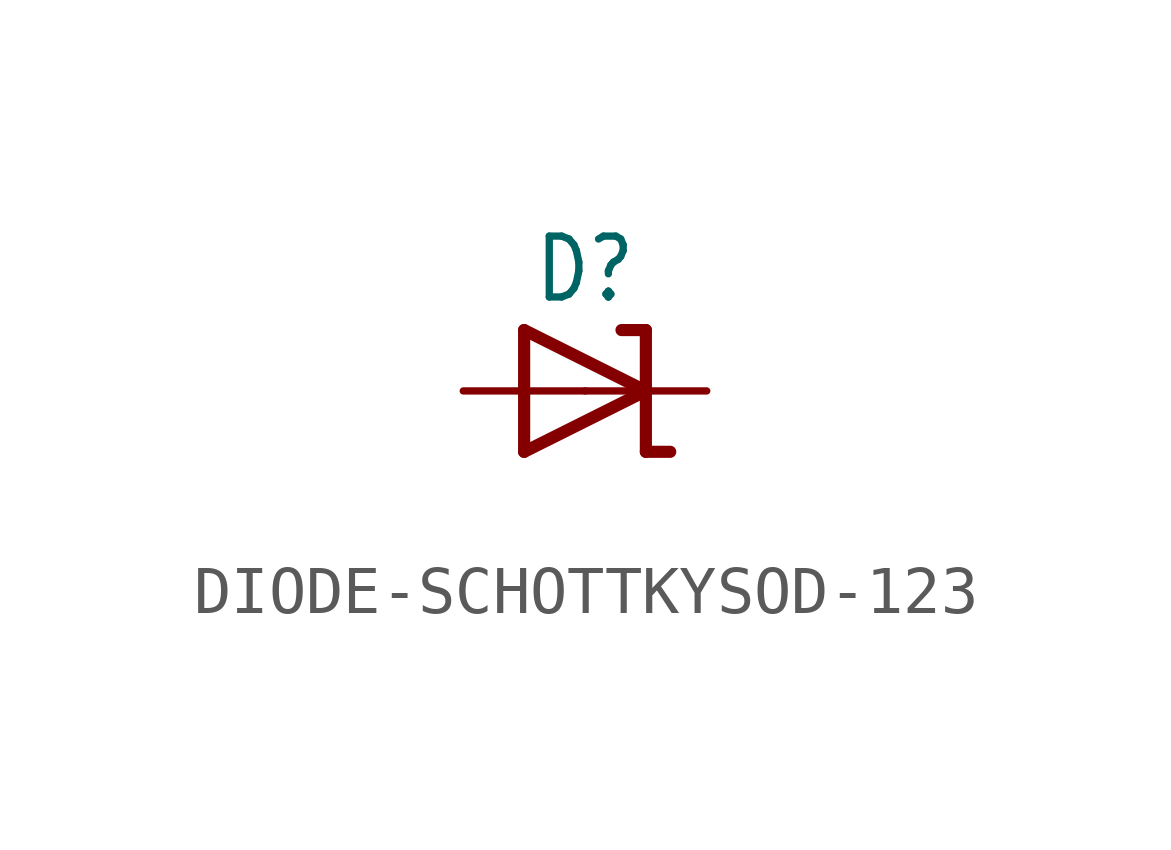
<source format=kicad_sym>
(kicad_symbol_lib
  (version 20231120)
  (generator "kicad_symbol_editor")
  (generator_version "8.0")
  (symbol "DIODE-SCHOTTKYSOD-123"
    (property "Reference" "D"
      (at 0 2.54 0)
      (effects (font (size 1.27 1.079))))
    (property "Value" ""
      (at 0 -2.5 0)
      (effects (font (size 1.27 1.079))))
    (property "ki_locked" ""
      (at 0 0 0)
      (effects (font (size 1.27 1.27))))
    (symbol "DIODE-SCHOTTKYSOD-123_1_0"
      (polyline (pts (xy -1.27 -1.27) (xy 1.27 0)) (stroke (width 0.254) (type solid)) (fill (type none)))
      (polyline (pts (xy -1.27 1.27) (xy -1.27 -1.27)) (stroke (width 0.254) (type solid)) (fill (type none)))
      (polyline (pts (xy 1.27 -1.27) (xy 1.778 -1.27)) (stroke (width 0.254) (type solid)) (fill (type none)))
      (polyline (pts (xy 1.27 0) (xy -1.27 1.27)) (stroke (width 0.254) (type solid)) (fill (type none)))
      (polyline (pts (xy 1.27 0) (xy 1.27 -1.27)) (stroke (width 0.254) (type solid)) (fill (type none)))
      (polyline (pts (xy 1.27 1.27) (xy 0.762 1.27)) (stroke (width 0.254) (type solid)) (fill (type none)))
      (polyline (pts (xy 1.27 1.27) (xy 1.27 0)) (stroke (width 0.254) (type solid)) (fill (type none)))
      (pin passive line (at -2.54 0 0) (length 2.54) (name "A" (effects (font (size 0 0)))) (number "A" (effects (font (size 0 0)))))
      (pin passive line (at 2.54 0 180) (length 2.54) (name "C" (effects (font (size 0 0)))) (number "C" (effects (font (size 0 0))))))))
</source>
